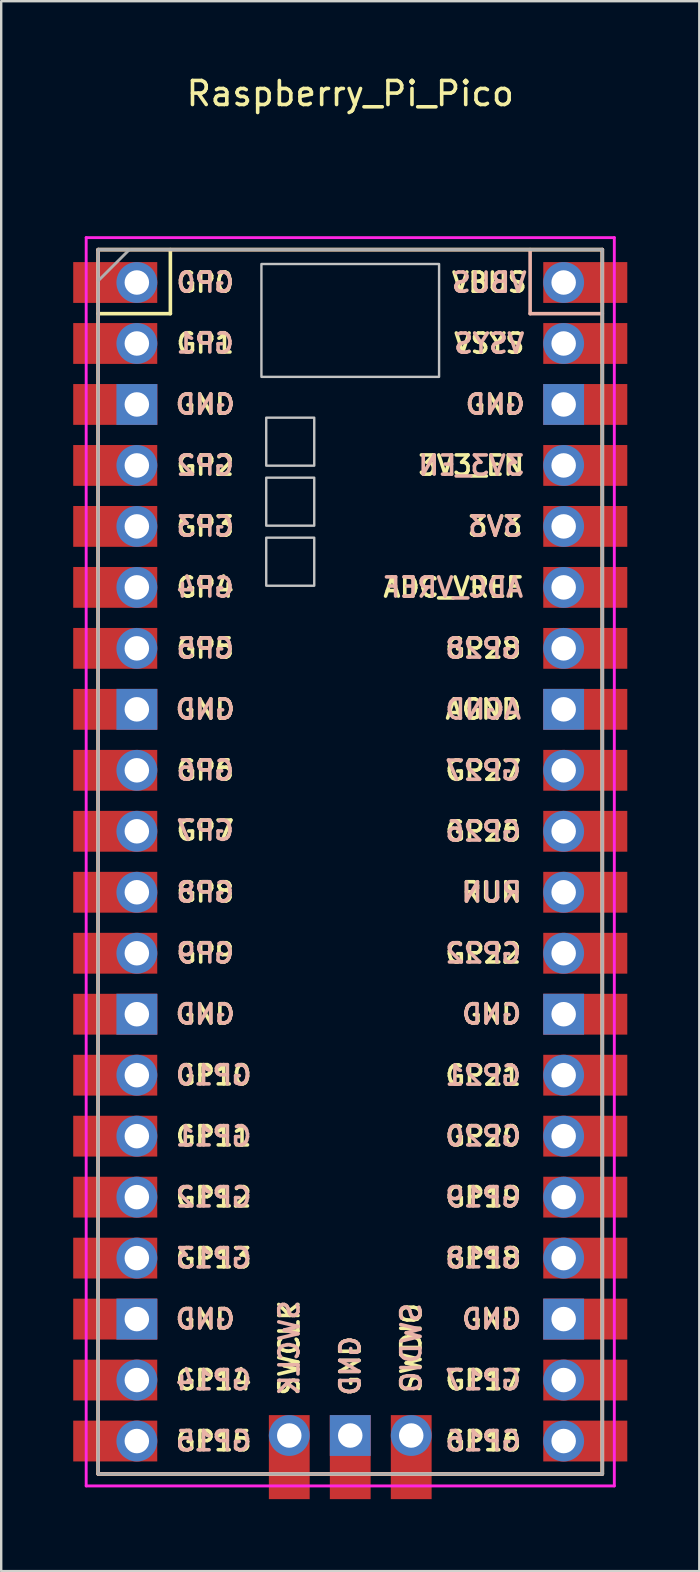
<source format=kicad_pcb>
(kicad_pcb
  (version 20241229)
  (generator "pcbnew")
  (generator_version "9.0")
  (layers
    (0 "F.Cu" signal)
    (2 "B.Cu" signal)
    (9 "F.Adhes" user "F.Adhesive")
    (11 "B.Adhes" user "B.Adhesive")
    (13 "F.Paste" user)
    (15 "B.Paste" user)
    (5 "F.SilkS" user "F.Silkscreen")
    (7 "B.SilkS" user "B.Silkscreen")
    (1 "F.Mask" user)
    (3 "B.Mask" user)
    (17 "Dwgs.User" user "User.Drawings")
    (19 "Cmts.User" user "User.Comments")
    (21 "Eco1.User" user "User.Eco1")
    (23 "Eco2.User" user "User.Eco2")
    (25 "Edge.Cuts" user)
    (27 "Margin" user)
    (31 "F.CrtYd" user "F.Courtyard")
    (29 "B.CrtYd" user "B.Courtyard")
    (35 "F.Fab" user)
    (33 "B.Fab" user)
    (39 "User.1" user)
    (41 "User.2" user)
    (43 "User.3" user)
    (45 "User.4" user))
  (footprint "Raspberry_Pi_Pico"
    (layer "F.Cu")
    (at 11.54 32.848)
    (property "Reference" "Raspberry_Pi_Pico" (at 0 -32 0) (layer "F.SilkS") (effects (font (size 1 1) (thickness 0.15))))
    (attr through_hole)
    (fp_line (start -10.5 -25.5) (end -10.5 25.5) (stroke (width 0.15) (type solid)) (layer "F.SilkS"))
    (fp_line (start -10.5 -25.5) (end 10.5 -25.5) (stroke (width 0.15) (type solid)) (layer "F.SilkS"))
    (fp_line (start -10.5 -22.833) (end -7.493 -22.833) (stroke (width 0.15) (type solid)) (layer "F.SilkS"))
    (fp_line (start -7.493 -22.833) (end -7.493 -25.5) (stroke (width 0.15) (type solid)) (layer "F.SilkS"))
    (fp_line (start 10.5 -25.5) (end 10.5 25.5) (stroke (width 0.15) (type solid)) (layer "F.SilkS"))
    (fp_line (start 10.5 25.5) (end -10.5 25.5) (stroke (width 0.15) (type solid)) (layer "F.SilkS"))
    (fp_line (start -10.5 -25.5) (end -10.5 25.5) (stroke (width 0.15) (type solid)) (layer "B.SilkS"))
    (fp_line (start -10.5 25.5) (end 10.5 25.5) (stroke (width 0.15) (type solid)) (layer "B.SilkS"))
    (fp_line (start 7.493 -22.833) (end 7.493 -25.5) (stroke (width 0.15) (type solid)) (layer "B.SilkS"))
    (fp_line (start 10.5 -25.5) (end -10.5 -25.5) (stroke (width 0.15) (type solid)) (layer "B.SilkS"))
    (fp_line (start 10.5 -25.5) (end 10.5 25.5) (stroke (width 0.15) (type solid)) (layer "B.SilkS"))
    (fp_line (start 10.5 -22.833) (end 7.493 -22.833) (stroke (width 0.15) (type solid)) (layer "B.SilkS"))
    (fp_poly (pts (xy -1.5 -16.5) (xy -3.5 -16.5) (xy -3.5 -18.5) (xy -1.5 -18.5)) (stroke (width 0.1) (type solid)) (fill no) (layer "Dwgs.User"))
    (fp_poly (pts (xy -1.5 -14) (xy -3.5 -14) (xy -3.5 -16) (xy -1.5 -16)) (stroke (width 0.1) (type solid)) (fill no) (layer "Dwgs.User"))
    (fp_poly (pts (xy -1.5 -11.5) (xy -3.5 -11.5) (xy -3.5 -13.5) (xy -1.5 -13.5)) (stroke (width 0.1) (type solid)) (fill no) (layer "Dwgs.User"))
    (fp_poly (pts (xy 3.7 -20.2) (xy -3.7 -20.2) (xy -3.7 -24.9) (xy 3.7 -24.9)) (stroke (width 0.1) (type solid)) (fill no) (layer "Dwgs.User"))
    (fp_line (start -11 -26) (end 11 -26) (stroke (width 0.12) (type solid)) (layer "F.CrtYd"))
    (fp_line (start -11 26) (end -11 -26) (stroke (width 0.12) (type solid)) (layer "F.CrtYd"))
    (fp_line (start 11 -26) (end 11 26) (stroke (width 0.12) (type solid)) (layer "F.CrtYd"))
    (fp_line (start 11 26) (end -11 26) (stroke (width 0.12) (type solid)) (layer "F.CrtYd"))
    (fp_line (start -10.5 -25.5) (end 10.5 -25.5) (stroke (width 0.12) (type solid)) (layer "F.Fab"))
    (fp_line (start -10.5 -24.2) (end -9.2 -25.5) (stroke (width 0.12) (type solid)) (layer "F.Fab"))
    (fp_line (start -10.5 25.5) (end -10.5 -25.5) (stroke (width 0.12) (type solid)) (layer "F.Fab"))
    (fp_line (start 10.5 -25.5) (end 10.5 25.5) (stroke (width 0.12) (type solid)) (layer "F.Fab"))
    (fp_line (start 10.5 25.5) (end -10.5 25.5) (stroke (width 0.12) (type solid)) (layer "F.Fab"))
    (fp_text user "GND" (at -6.04 -19.05 0) (layer "F.SilkS") (effects (font (size 0.8 0.8) (thickness 0.15))))
    (fp_text user "GP6" (at -6.04 -3.81 0) (layer "F.SilkS") (effects (font (size 0.8 0.8) (thickness 0.15))))
    (fp_text user "GP7" (at -6.04 -1.3 0) (layer "F.SilkS") (effects (font (size 0.8 0.8) (thickness 0.15))))
    (fp_text user "GND" (at -6.04 19.05 0) (layer "F.SilkS") (effects (font (size 0.8 0.8) (thickness 0.15))))
    (fp_text user "GND" (at 5.89 6.35 0) (layer "F.SilkS") (effects (font (size 0.8 0.8) (thickness 0.15))))
    (fp_text user "GP26" (at 5.54 -1.27 0) (layer "F.SilkS") (effects (font (size 0.8 0.8) (thickness 0.15))))
    (fp_text user "GP2" (at -6.04 -16.51 0) (layer "F.SilkS") (effects (font (size 0.8 0.8) (thickness 0.15))))
    (fp_text user "SWDIO" (at 2.54 20.25 90) (layer "F.SilkS") (effects (font (size 0.8 0.8) (thickness 0.15))))
    (fp_text user "GP27" (at 5.54 -3.8 0) (layer "F.SilkS") (effects (font (size 0.8 0.8) (thickness 0.15))))
    (fp_text user "GP28" (at 5.54 -8.89 0) (layer "F.SilkS") (effects (font (size 0.8 0.8) (thickness 0.15))))
    (fp_text user "GP9" (at -6.04 3.81 0) (layer "F.SilkS") (effects (font (size 0.8 0.8) (thickness 0.15))))
    (fp_text user "RUN" (at 5.89 1.27 0) (layer "F.SilkS") (effects (font (size 0.8 0.8) (thickness 0.15))))
    (fp_text user "GND" (at 0 21 90) (layer "F.SilkS") (effects (font (size 0.8 0.8) (thickness 0.15))))
    (fp_text user "GP17" (at 5.54 21.59 0) (layer "F.SilkS") (effects (font (size 0.8 0.8) (thickness 0.15))))
    (fp_text user "GP15" (at -5.69 24.13 0) (layer "F.SilkS") (effects (font (size 0.8 0.8) (thickness 0.15))))
    (fp_text user "GP10" (at -5.69 8.89 0) (layer "F.SilkS") (effects (font (size 0.8 0.8) (thickness 0.15))))
    (fp_text user "GP8" (at -6.04 1.27 0) (layer "F.SilkS") (effects (font (size 0.8 0.8) (thickness 0.15))))
    (fp_text user "GP20" (at 5.54 11.43 0) (layer "F.SilkS") (effects (font (size 0.8 0.8) (thickness 0.15))))
    (fp_text user "GP5" (at -6.04 -8.89 0) (layer "F.SilkS") (effects (font (size 0.8 0.8) (thickness 0.15))))
    (fp_text user "VSYS" (at 5.79 -21.59 0) (layer "F.SilkS") (effects (font (size 0.8 0.8) (thickness 0.15))))
    (fp_text user "AGND" (at 5.54 -6.35 0) (layer "F.SilkS") (effects (font (size 0.8 0.8) (thickness 0.15))))
    (fp_text user "GP19" (at 5.54 13.97 0) (layer "F.SilkS") (effects (font (size 0.8 0.8) (thickness 0.15))))
    (fp_text user "GND" (at -6.04 -6.35 0) (layer "F.SilkS") (effects (font (size 0.8 0.8) (thickness 0.15))))
    (fp_text user "GP14" (at -5.69 21.59 0) (layer "F.SilkS") (effects (font (size 0.8 0.8) (thickness 0.15))))
    (fp_text user "GP11" (at -5.69 11.43 0) (layer "F.SilkS") (effects (font (size 0.8 0.8) (thickness 0.15))))
    (fp_text user "GP0" (at -6.04 -24.13 0) (layer "F.SilkS") (effects (font (size 0.8 0.8) (thickness 0.15))))
    (fp_text user "GND" (at 5.89 19.05 0) (layer "F.SilkS") (effects (font (size 0.8 0.8) (thickness 0.15))))
    (fp_text user "GND" (at -6.04 6.35 0) (layer "F.SilkS") (effects (font (size 0.8 0.8) (thickness 0.15))))
    (fp_text user "3V3_EN" (at 5.04 -16.51 0) (layer "F.SilkS") (effects (font (size 0.8 0.8) (thickness 0.15))))
    (fp_text user "SWCLK" (at -2.54 20.25 90) (layer "F.SilkS") (effects (font (size 0.8 0.8) (thickness 0.15))))
    (fp_text user "3V3" (at 6.04 -13.97 0) (layer "F.SilkS") (effects (font (size 0.8 0.8) (thickness 0.15))))
    (fp_text user "VBUS" (at 5.79 -24.13 0) (layer "F.SilkS") (effects (font (size 0.8 0.8) (thickness 0.15))))
    (fp_text user "GP3" (at -6.04 -13.97 0) (layer "F.SilkS") (effects (font (size 0.8 0.8) (thickness 0.15))))
    (fp_text user "GP4" (at -6.04 -11.43 0) (layer "F.SilkS") (effects (font (size 0.8 0.8) (thickness 0.15))))
    (fp_text user "GP21" (at 5.54 8.9 0) (layer "F.SilkS") (effects (font (size 0.8 0.8) (thickness 0.15))))
    (fp_text user "GND" (at 6.04 -19.05 0) (layer "F.SilkS") (effects (font (size 0.8 0.8) (thickness 0.15))))
    (fp_text user "GP13" (at -5.69 16.51 0) (layer "F.SilkS") (effects (font (size 0.8 0.8) (thickness 0.15))))
    (fp_text user "GP1" (at -6.04 -21.6 0) (layer "F.SilkS") (effects (font (size 0.8 0.8) (thickness 0.15))))
    (fp_text user "ADC_VREF" (at 4.29 -11.43 0) (layer "F.SilkS") (effects (font (size 0.8 0.8) (thickness 0.15))))
    (fp_text user "GP16" (at 5.54 24.13 0) (layer "F.SilkS") (effects (font (size 0.8 0.8) (thickness 0.15))))
    (fp_text user "GP12" (at -5.69 13.97 0) (layer "F.SilkS") (effects (font (size 0.8 0.8) (thickness 0.15))))
    (fp_text user "GP18" (at 5.54 16.51 0) (layer "F.SilkS") (effects (font (size 0.8 0.8) (thickness 0.15))))
    (fp_text user "GP22" (at 5.54 3.81 0) (layer "F.SilkS") (effects (font (size 0.8 0.8) (thickness 0.15))))
    (fp_text user "ADC_VREF" (at 4.29 -11.43 0) (layer "B.SilkS") (effects (font (size 0.8 0.8) (thickness 0.15)) (justify mirror)))
    (fp_text user "3V3" (at 6.04 -13.97 0) (layer "B.SilkS") (effects (font (size 0.8 0.8) (thickness 0.15)) (justify mirror)))
    (fp_text user "GP9" (at -6.04 3.81 0) (layer "B.SilkS") (effects (font (size 0.8 0.8) (thickness 0.15)) (justify mirror)))
    (fp_text user "GP16" (at 5.54 24.13 0) (layer "B.SilkS") (effects (font (size 0.8 0.8) (thickness 0.15)) (justify mirror)))
    (fp_text user "GND" (at 5.89 6.35 0) (layer "B.SilkS") (effects (font (size 0.8 0.8) (thickness 0.15)) (justify mirror)))
    (fp_text user "GP12" (at -5.69 13.97 0) (layer "B.SilkS") (effects (font (size 0.8 0.8) (thickness 0.15)) (justify mirror)))
    (fp_text user "VSYS" (at 5.79 -21.59 0) (layer "B.SilkS") (effects (font (size 0.8 0.8) (thickness 0.15)) (justify mirror)))
    (fp_text user "GP10" (at -5.69 8.89 0) (layer "B.SilkS") (effects (font (size 0.8 0.8) (thickness 0.15)) (justify mirror)))
    (fp_text user "GP28" (at 5.54 -8.89 0) (layer "B.SilkS") (effects (font (size 0.8 0.8) (thickness 0.15)) (justify mirror)))
    (fp_text user "GP22" (at 5.54 3.81 0) (layer "B.SilkS") (effects (font (size 0.8 0.8) (thickness 0.15)) (justify mirror)))
    (fp_text user "GP7" (at -6.04 -1.3 0) (layer "B.SilkS") (effects (font (size 0.8 0.8) (thickness 0.15)) (justify mirror)))
    (fp_text user "GP3" (at -6.04 -13.97 0) (layer "B.SilkS") (effects (font (size 0.8 0.8) (thickness 0.15)) (justify mirror)))
    (fp_text user "GND" (at 5.89 19.05 0) (layer "B.SilkS") (effects (font (size 0.8 0.8) (thickness 0.15)) (justify mirror)))
    (fp_text user "RUN" (at 5.89 1.27 0) (layer "B.SilkS") (effects (font (size 0.8 0.8) (thickness 0.15)) (justify mirror)))
    (fp_text user "GP8" (at -6.04 1.27 0) (layer "B.SilkS") (effects (font (size 0.8 0.8) (thickness 0.15)) (justify mirror)))
    (fp_text user "GP20" (at 5.54 11.43 0) (layer "B.SilkS") (effects (font (size 0.8 0.8) (thickness 0.15)) (justify mirror)))
    (fp_text user "GP5" (at -6.04 -8.89 0) (layer "B.SilkS") (effects (font (size 0.8 0.8) (thickness 0.15)) (justify mirror)))
    (fp_text user "GND" (at 6.04 -19.05 0) (layer "B.SilkS") (effects (font (size 0.8 0.8) (thickness 0.15)) (justify mirror)))
    (fp_text user "GP4" (at -6.04 -11.43 0) (layer "B.SilkS") (effects (font (size 0.8 0.8) (thickness 0.15)) (justify mirror)))
    (fp_text user "GP17" (at 5.54 21.59 0) (layer "B.SilkS") (effects (font (size 0.8 0.8) (thickness 0.15)) (justify mirror)))
    (fp_text user "GP14" (at -5.69 21.59 0) (layer "B.SilkS") (effects (font (size 0.8 0.8) (thickness 0.15)) (justify mirror)))
    (fp_text user "GP1" (at -6.04 -21.6 0) (layer "B.SilkS") (effects (font (size 0.8 0.8) (thickness 0.15)) (justify mirror)))
    (fp_text user "GP15" (at -5.69 24.13 0) (layer "B.SilkS") (effects (font (size 0.8 0.8) (thickness 0.15)) (justify mirror)))
    (fp_text user "GP0" (at -6.04 -24.13 0) (layer "B.SilkS") (effects (font (size 0.8 0.8) (thickness 0.15)) (justify mirror)))
    (fp_text user "GND" (at -6.04 19.05 0) (layer "B.SilkS") (effects (font (size 0.8 0.8) (thickness 0.15)) (justify mirror)))
    (fp_text user "3V3_EN" (at 5.04 -16.51 0) (layer "B.SilkS") (effects (font (size 0.8 0.8) (thickness 0.15)) (justify mirror)))
    (fp_text user "GP11" (at -5.69 11.43 0) (layer "B.SilkS") (effects (font (size 0.8 0.8) (thickness 0.15)) (justify mirror)))
    (fp_text user "GP27" (at 5.54 -3.8 0) (layer "B.SilkS") (effects (font (size 0.8 0.8) (thickness 0.15)) (justify mirror)))
    (fp_text user "GP13" (at -5.69 16.51 0) (layer "B.SilkS") (effects (font (size 0.8 0.8) (thickness 0.15)) (justify mirror)))
    (fp_text user "GP26" (at 5.54 -1.27 0) (layer "B.SilkS") (effects (font (size 0.8 0.8) (thickness 0.15)) (justify mirror)))
    (fp_text user "GP6" (at -6.04 -3.81 0) (layer "B.SilkS") (effects (font (size 0.8 0.8) (thickness 0.15)) (justify mirror)))
    (fp_text user "VBUS" (at 5.79 -24.13 0) (layer "B.SilkS") (effects (font (size 0.8 0.8) (thickness 0.15)) (justify mirror)))
    (fp_text user "GND" (at -6.04 -19.05 0) (layer "B.SilkS") (effects (font (size 0.8 0.8) (thickness 0.15)) (justify mirror)))
    (fp_text user "GP19" (at 5.54 13.97 0) (layer "B.SilkS") (effects (font (size 0.8 0.8) (thickness 0.15)) (justify mirror)))
    (fp_text user "GP18" (at 5.54 16.51 0) (layer "B.SilkS") (effects (font (size 0.8 0.8) (thickness 0.15)) (justify mirror)))
    (fp_text user "GND" (at -6.04 -6.35 0) (layer "B.SilkS") (effects (font (size 0.8 0.8) (thickness 0.15)) (justify mirror)))
    (fp_text user "GND" (at 0 21 270) (layer "B.SilkS") (effects (font (size 0.8 0.8) (thickness 0.15)) (justify mirror)))
    (fp_text user "AGND" (at 5.54 -6.35 0) (layer "B.SilkS") (effects (font (size 0.8 0.8) (thickness 0.15)) (justify mirror)))
    (fp_text user "SWDIO" (at 2.54 20.25 270) (layer "B.SilkS") (effects (font (size 0.8 0.8) (thickness 0.15)) (justify mirror)))
    (fp_text user "SWCLK" (at -2.54 20.25 270) (layer "B.SilkS") (effects (font (size 0.8 0.8) (thickness 0.15)) (justify mirror)))
    (fp_text user "GND" (at -6.04 6.35 0) (layer "B.SilkS") (effects (font (size 0.8 0.8) (thickness 0.15)) (justify mirror)))
    (fp_text user "GP21" (at 5.54 8.9 0) (layer "B.SilkS") (effects (font (size 0.8 0.8) (thickness 0.15)) (justify mirror)))
    (fp_text user "GP2" (at -6.04 -16.51 0) (layer "B.SilkS") (effects (font (size 0.8 0.8) (thickness 0.15)) (justify mirror)))
    (pad "1" thru_hole oval (at -8.89 -24.13) (size 1.7 1.7) (drill 1.02) (layers "*.Cu" "*.Mask"))
    (pad "1" smd rect (at -8.89 -24.13) (size 3.5 1.7) (drill (offset -0.9 0)) (layers "F.Cu" "F.Mask"))
    (pad "2" thru_hole oval (at -8.89 -21.59) (size 1.7 1.7) (drill 1.02) (layers "*.Cu" "*.Mask"))
    (pad "2" smd rect (at -8.89 -21.59) (size 3.5 1.7) (drill (offset -0.9 0)) (layers "F.Cu" "F.Mask"))
    (pad "3" thru_hole rect (at -8.89 -19.05) (size 1.7 1.7) (drill 1.02) (layers "*.Cu" "*.Mask"))
    (pad "3" smd rect (at -8.89 -19.05) (size 3.5 1.7) (drill (offset -0.9 0)) (layers "F.Cu" "F.Mask"))
    (pad "4" thru_hole oval (at -8.89 -16.51) (size 1.7 1.7) (drill 1.02) (layers "*.Cu" "*.Mask"))
    (pad "4" smd rect (at -8.89 -16.51) (size 3.5 1.7) (drill (offset -0.9 0)) (layers "F.Cu" "F.Mask"))
    (pad "5" thru_hole oval (at -8.89 -13.97) (size 1.7 1.7) (drill 1.02) (layers "*.Cu" "*.Mask"))
    (pad "5" smd rect (at -8.89 -13.97) (size 3.5 1.7) (drill (offset -0.9 0)) (layers "F.Cu" "F.Mask"))
    (pad "6" thru_hole oval (at -8.89 -11.43) (size 1.7 1.7) (drill 1.02) (layers "*.Cu" "*.Mask"))
    (pad "6" smd rect (at -8.89 -11.43) (size 3.5 1.7) (drill (offset -0.9 0)) (layers "F.Cu" "F.Mask"))
    (pad "7" thru_hole oval (at -8.89 -8.89) (size 1.7 1.7) (drill 1.02) (layers "*.Cu" "*.Mask"))
    (pad "7" smd rect (at -8.89 -8.89) (size 3.5 1.7) (drill (offset -0.9 0)) (layers "F.Cu" "F.Mask"))
    (pad "8" thru_hole rect (at -8.89 -6.35) (size 1.7 1.7) (drill 1.02) (layers "*.Cu" "*.Mask"))
    (pad "8" smd rect (at -8.89 -6.35) (size 3.5 1.7) (drill (offset -0.9 0)) (layers "F.Cu" "F.Mask"))
    (pad "9" thru_hole oval (at -8.89 -3.81) (size 1.7 1.7) (drill 1.02) (layers "*.Cu" "*.Mask"))
    (pad "9" smd rect (at -8.89 -3.81) (size 3.5 1.7) (drill (offset -0.9 0)) (layers "F.Cu" "F.Mask"))
    (pad "10" thru_hole oval (at -8.89 -1.27) (size 1.7 1.7) (drill 1.02) (layers "*.Cu" "*.Mask"))
    (pad "10" smd rect (at -8.89 -1.27) (size 3.5 1.7) (drill (offset -0.9 0)) (layers "F.Cu" "F.Mask"))
    (pad "11" thru_hole oval (at -8.89 1.27) (size 1.7 1.7) (drill 1.02) (layers "*.Cu" "*.Mask"))
    (pad "11" smd rect (at -8.89 1.27) (size 3.5 1.7) (drill (offset -0.9 0)) (layers "F.Cu" "F.Mask"))
    (pad "12" thru_hole oval (at -8.89 3.81) (size 1.7 1.7) (drill 1.02) (layers "*.Cu" "*.Mask"))
    (pad "12" smd rect (at -8.89 3.81) (size 3.5 1.7) (drill (offset -0.9 0)) (layers "F.Cu" "F.Mask"))
    (pad "13" thru_hole rect (at -8.89 6.35) (size 1.7 1.7) (drill 1.02) (layers "*.Cu" "*.Mask"))
    (pad "13" smd rect (at -8.89 6.35) (size 3.5 1.7) (drill (offset -0.9 0)) (layers "F.Cu" "F.Mask"))
    (pad "14" thru_hole oval (at -8.89 8.89) (size 1.7 1.7) (drill 1.02) (layers "*.Cu" "*.Mask"))
    (pad "14" smd rect (at -8.89 8.89) (size 3.5 1.7) (drill (offset -0.9 0)) (layers "F.Cu" "F.Mask"))
    (pad "15" thru_hole oval (at -8.89 11.43) (size 1.7 1.7) (drill 1.02) (layers "*.Cu" "*.Mask"))
    (pad "15" smd rect (at -8.89 11.43) (size 3.5 1.7) (drill (offset -0.9 0)) (layers "F.Cu" "F.Mask"))
    (pad "16" thru_hole oval (at -8.89 13.97) (size 1.7 1.7) (drill 1.02) (layers "*.Cu" "*.Mask"))
    (pad "16" smd rect (at -8.89 13.97) (size 3.5 1.7) (drill (offset -0.9 0)) (layers "F.Cu" "F.Mask"))
    (pad "17" thru_hole oval (at -8.89 16.51) (size 1.7 1.7) (drill 1.02) (layers "*.Cu" "*.Mask"))
    (pad "17" smd rect (at -8.89 16.51) (size 3.5 1.7) (drill (offset -0.9 0)) (layers "F.Cu" "F.Mask"))
    (pad "18" thru_hole rect (at -8.89 19.05) (size 1.7 1.7) (drill 1.02) (layers "*.Cu" "*.Mask"))
    (pad "18" smd rect (at -8.89 19.05) (size 3.5 1.7) (drill (offset -0.9 0)) (layers "F.Cu" "F.Mask"))
    (pad "19" thru_hole oval (at -8.89 21.59) (size 1.7 1.7) (drill 1.02) (layers "*.Cu" "*.Mask"))
    (pad "19" smd rect (at -8.89 21.59) (size 3.5 1.7) (drill (offset -0.9 0)) (layers "F.Cu" "F.Mask"))
    (pad "20" thru_hole oval (at -8.89 24.13) (size 1.7 1.7) (drill 1.02) (layers "*.Cu" "*.Mask"))
    (pad "20" smd rect (at -8.89 24.13) (size 3.5 1.7) (drill (offset -0.9 0)) (layers "F.Cu" "F.Mask"))
    (pad "21" thru_hole oval (at 8.89 24.13) (size 1.7 1.7) (drill 1.02) (layers "*.Cu" "*.Mask"))
    (pad "21" smd rect (at 8.89 24.13) (size 3.5 1.7) (drill (offset 0.9 0)) (layers "F.Cu" "F.Mask"))
    (pad "22" thru_hole oval (at 8.89 21.59) (size 1.7 1.7) (drill 1.02) (layers "*.Cu" "*.Mask"))
    (pad "22" smd rect (at 8.89 21.59) (size 3.5 1.7) (drill (offset 0.9 0)) (layers "F.Cu" "F.Mask"))
    (pad "23" thru_hole rect (at 8.89 19.05) (size 1.7 1.7) (drill 1.02) (layers "*.Cu" "*.Mask"))
    (pad "23" smd rect (at 8.89 19.05) (size 3.5 1.7) (drill (offset 0.9 0)) (layers "F.Cu" "F.Mask"))
    (pad "24" thru_hole oval (at 8.89 16.51) (size 1.7 1.7) (drill 1.02) (layers "*.Cu" "*.Mask"))
    (pad "24" smd rect (at 8.89 16.51) (size 3.5 1.7) (drill (offset 0.9 0)) (layers "F.Cu" "F.Mask"))
    (pad "25" thru_hole oval (at 8.89 13.97) (size 1.7 1.7) (drill 1.02) (layers "*.Cu" "*.Mask"))
    (pad "25" smd rect (at 8.89 13.97) (size 3.5 1.7) (drill (offset 0.9 0)) (layers "F.Cu" "F.Mask"))
    (pad "26" thru_hole oval (at 8.89 11.43) (size 1.7 1.7) (drill 1.02) (layers "*.Cu" "*.Mask"))
    (pad "26" smd rect (at 8.89 11.43) (size 3.5 1.7) (drill (offset 0.9 0)) (layers "F.Cu" "F.Mask"))
    (pad "27" thru_hole oval (at 8.89 8.89) (size 1.7 1.7) (drill 1.02) (layers "*.Cu" "*.Mask"))
    (pad "27" smd rect (at 8.89 8.89) (size 3.5 1.7) (drill (offset 0.9 0)) (layers "F.Cu" "F.Mask"))
    (pad "28" thru_hole rect (at 8.89 6.35) (size 1.7 1.7) (drill 1.02) (layers "*.Cu" "*.Mask"))
    (pad "28" smd rect (at 8.89 6.35) (size 3.5 1.7) (drill (offset 0.9 0)) (layers "F.Cu" "F.Mask"))
    (pad "29" thru_hole oval (at 8.89 3.81) (size 1.7 1.7) (drill 1.02) (layers "*.Cu" "*.Mask"))
    (pad "29" smd rect (at 8.89 3.81) (size 3.5 1.7) (drill (offset 0.9 0)) (layers "F.Cu" "F.Mask"))
    (pad "30" thru_hole oval (at 8.89 1.27) (size 1.7 1.7) (drill 1.02) (layers "*.Cu" "*.Mask"))
    (pad "30" smd rect (at 8.89 1.27) (size 3.5 1.7) (drill (offset 0.9 0)) (layers "F.Cu" "F.Mask"))
    (pad "31" thru_hole oval (at 8.89 -1.27) (size 1.7 1.7) (drill 1.02) (layers "*.Cu" "*.Mask"))
    (pad "31" smd rect (at 8.89 -1.27) (size 3.5 1.7) (drill (offset 0.9 0)) (layers "F.Cu" "F.Mask"))
    (pad "32" thru_hole oval (at 8.89 -3.81) (size 1.7 1.7) (drill 1.02) (layers "*.Cu" "*.Mask"))
    (pad "32" smd rect (at 8.89 -3.81) (size 3.5 1.7) (drill (offset 0.9 0)) (layers "F.Cu" "F.Mask"))
    (pad "33" thru_hole rect (at 8.89 -6.35) (size 1.7 1.7) (drill 1.02) (layers "*.Cu" "*.Mask"))
    (pad "33" smd rect (at 8.89 -6.35) (size 3.5 1.7) (drill (offset 0.9 0)) (layers "F.Cu" "F.Mask"))
    (pad "34" thru_hole oval (at 8.89 -8.89) (size 1.7 1.7) (drill 1.02) (layers "*.Cu" "*.Mask"))
    (pad "34" smd rect (at 8.89 -8.89) (size 3.5 1.7) (drill (offset 0.9 0)) (layers "F.Cu" "F.Mask"))
    (pad "35" thru_hole oval (at 8.89 -11.43) (size 1.7 1.7) (drill 1.02) (layers "*.Cu" "*.Mask"))
    (pad "35" smd rect (at 8.89 -11.43) (size 3.5 1.7) (drill (offset 0.9 0)) (layers "F.Cu" "F.Mask"))
    (pad "36" thru_hole oval (at 8.89 -13.97) (size 1.7 1.7) (drill 1.02) (layers "*.Cu" "*.Mask"))
    (pad "36" smd rect (at 8.89 -13.97) (size 3.5 1.7) (drill (offset 0.9 0)) (layers "F.Cu" "F.Mask"))
    (pad "37" thru_hole oval (at 8.89 -16.51) (size 1.7 1.7) (drill 1.02) (layers "*.Cu" "*.Mask"))
    (pad "37" smd rect (at 8.89 -16.51) (size 3.5 1.7) (drill (offset 0.9 0)) (layers "F.Cu" "F.Mask"))
    (pad "38" thru_hole rect (at 8.89 -19.05) (size 1.7 1.7) (drill 1.02) (layers "*.Cu" "*.Mask"))
    (pad "38" smd rect (at 8.89 -19.05) (size 3.5 1.7) (drill (offset 0.9 0)) (layers "F.Cu" "F.Mask"))
    (pad "39" thru_hole oval (at 8.89 -21.59) (size 1.7 1.7) (drill 1.02) (layers "*.Cu" "*.Mask"))
    (pad "39" smd rect (at 8.89 -21.59) (size 3.5 1.7) (drill (offset 0.9 0)) (layers "F.Cu" "F.Mask"))
    (pad "40" thru_hole oval (at 8.89 -24.13) (size 1.7 1.7) (drill 1.02) (layers "*.Cu" "*.Mask"))
    (pad "40" smd rect (at 8.89 -24.13) (size 3.5 1.7) (drill (offset 0.9 0)) (layers "F.Cu" "F.Mask"))
    (pad "41" thru_hole oval (at -2.54 23.9) (size 1.7 1.7) (drill 1.02) (layers "*.Cu" "*.Mask"))
    (pad "41" smd rect (at -2.54 23.9 90) (size 3.5 1.7) (drill (offset -0.9 0)) (layers "F.Cu" "F.Mask"))
    (pad "42" thru_hole rect (at 0 23.9) (size 1.7 1.7) (drill 1.02) (layers "*.Cu" "*.Mask"))
    (pad "42" smd rect (at 0 23.9 90) (size 3.5 1.7) (drill (offset -0.9 0)) (layers "F.Cu" "F.Mask"))
    (pad "43" thru_hole oval (at 2.54 23.9) (size 1.7 1.7) (drill 1.02) (layers "*.Cu" "*.Mask"))
    (pad "43" smd rect (at 2.54 23.9 90) (size 3.5 1.7) (drill (offset -0.9 0)) (layers "F.Cu" "F.Mask")))
  (gr_rect
    (start -3 -3)
    (end 26.08 62.398)
    (stroke (width 0.1) (type default))
    (fill no)
    (layer "Edge.Cuts")))
</source>
